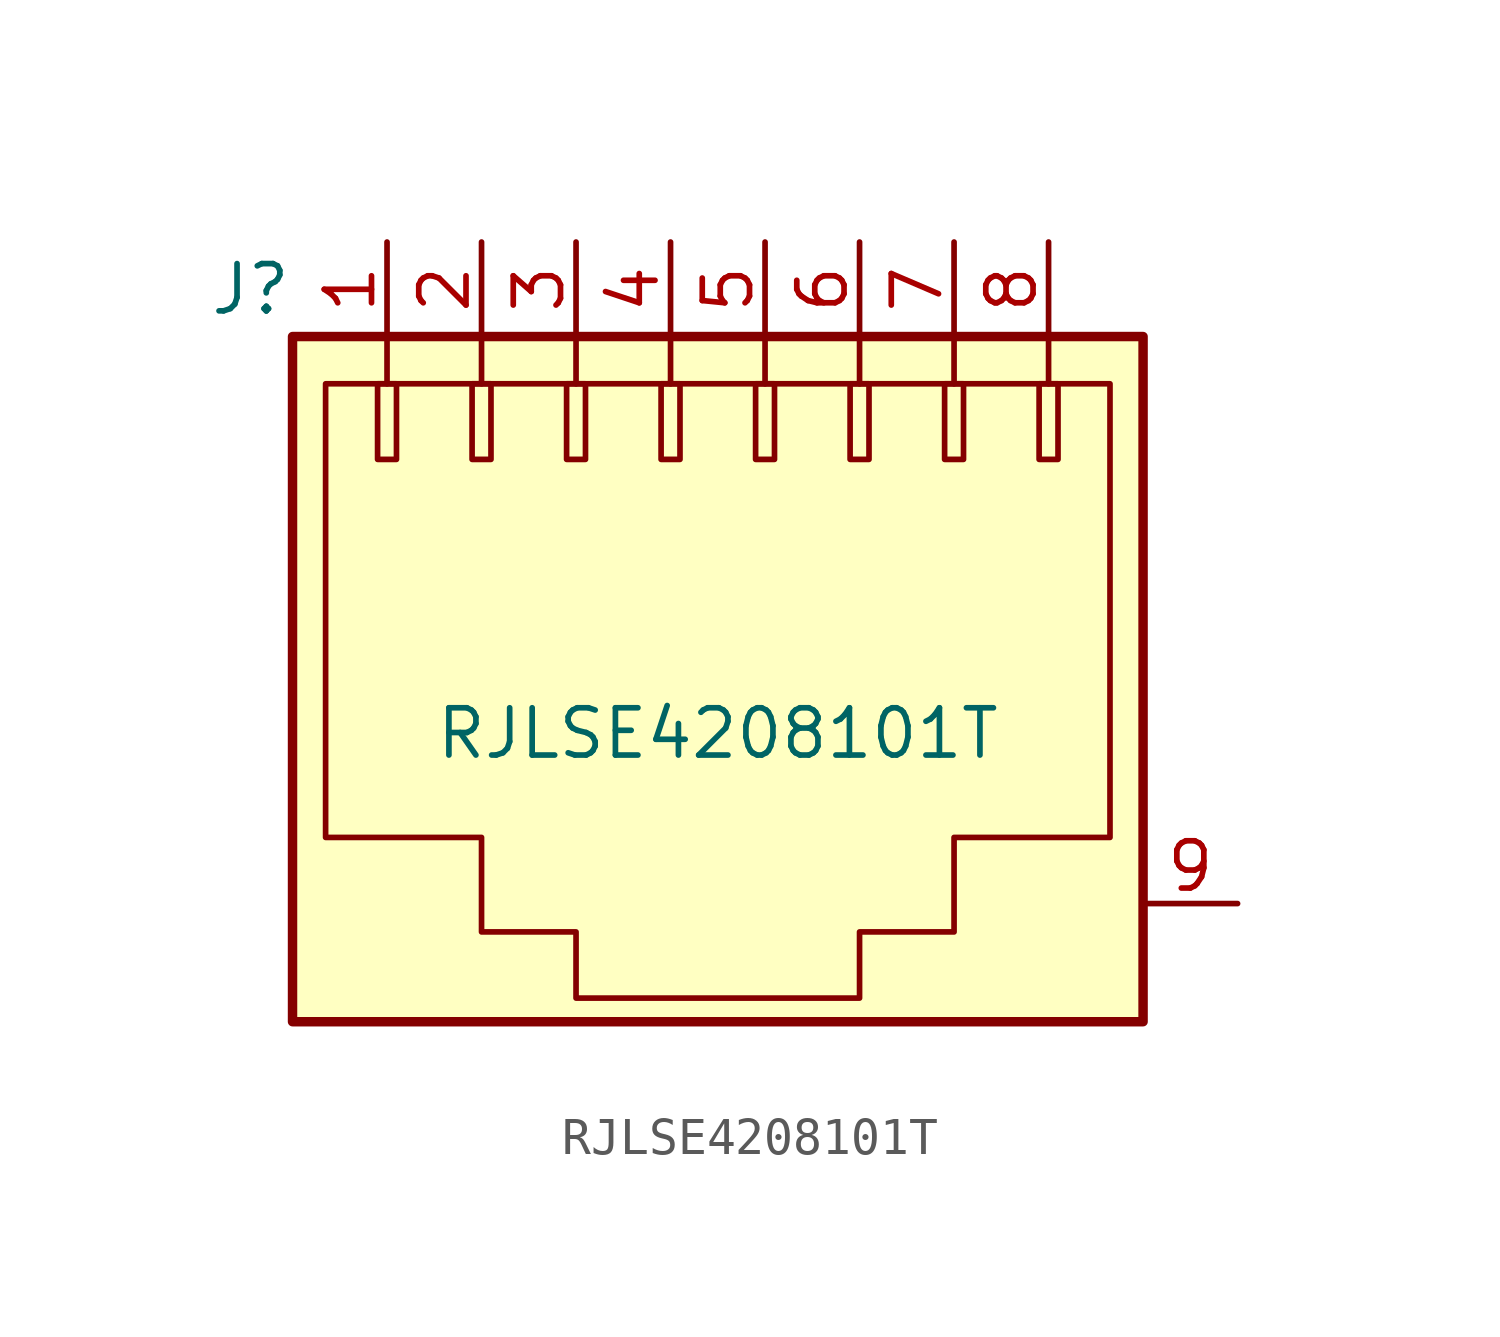
<source format=kicad_sym>
(kicad_symbol_lib
  (version 20220914)
  (generator kicad_symbol_editor)
  (symbol "RJLSE4208101T"
    (pin_names
      (offset 1.016))
    (property "Reference" "J"
      (at -10.16 8.89 0)
      (effects (font (size 1.27 1.27)) (justify right)))
    (property "Value" "RJLSE4208101T"
      (at 1.27 -3.048 0)
      (effects (font (size 1.27 1.27))))
    (symbol "RJLSE4208101T_0_1"
      (rectangle (start -10.16 7.62) (end 12.7 -10.795) (stroke (width 0.254) (type solid)) (fill (type background)))
      (rectangle (start -7.874 6.35) (end -7.366 4.318) (stroke (width 0) (type solid)) (fill (type none)))
      (rectangle (start -5.334 6.35) (end -4.826 4.318) (stroke (width 0) (type solid)) (fill (type none)))
      (rectangle (start -2.794 6.35) (end -2.286 4.318) (stroke (width 0) (type solid)) (fill (type none)))
      (rectangle (start -0.254 6.35) (end 0.254 4.318) (stroke (width 0) (type solid)) (fill (type none)))
      (polyline (pts (xy -7.62 7.62) (xy -7.62 6.35)) (stroke (width 0) (type solid)) (fill (type none)))
      (polyline (pts (xy -5.08 7.62) (xy -5.08 6.35)) (stroke (width 0) (type solid)) (fill (type none)))
      (polyline (pts (xy -2.54 7.62) (xy -2.54 6.35)) (stroke (width 0) (type solid)) (fill (type none)))
      (polyline (pts (xy 0 7.62) (xy 0 6.35)) (stroke (width 0) (type solid)) (fill (type none)))
      (polyline (pts (xy 2.54 7.62) (xy 2.54 6.35)) (stroke (width 0) (type solid)) (fill (type none)))
      (polyline (pts (xy 5.08 7.62) (xy 5.08 6.35)) (stroke (width 0) (type solid)) (fill (type none)))
      (polyline (pts (xy 7.62 7.62) (xy 7.62 6.35)) (stroke (width 0) (type solid)) (fill (type none)))
      (polyline (pts (xy 10.16 7.62) (xy 10.16 6.35)) (stroke (width 0) (type solid)) (fill (type none)))
      (polyline (pts (xy -9.271 6.35) (xy 11.811 6.35) (xy 11.811 -5.842) (xy 7.62 -5.842) (xy 7.62 -8.382) (xy 5.08 -8.382) (xy 5.08 -10.16) (xy -2.54 -10.16) (xy -2.54 -8.382) (xy -5.08 -8.382) (xy -5.08 -5.842) (xy -9.271 -5.842) (xy -9.271 6.35)) (stroke (width 0) (type solid)) (fill (type none)))
      (rectangle (start 2.286 6.35) (end 2.794 4.318) (stroke (width 0) (type solid)) (fill (type none)))
      (rectangle (start 4.826 6.35) (end 5.334 4.318) (stroke (width 0) (type solid)) (fill (type none)))
      (rectangle (start 7.366 6.35) (end 7.874 4.318) (stroke (width 0) (type solid)) (fill (type none)))
      (rectangle (start 9.906 6.35) (end 10.414 4.318) (stroke (width 0) (type solid)) (fill (type none))))
    (symbol "RJLSE4208101T_1_1"
      (pin passive line (at -7.62 10.16 270) (length 2.54) (name "~" (effects (font (size 1.27 1.27)))) (number "1" (effects (font (size 1.27 1.27)))))
      (pin passive line (at -5.08 10.16 270) (length 2.54) (name "~" (effects (font (size 1.27 1.27)))) (number "2" (effects (font (size 1.27 1.27)))))
      (pin passive line (at -2.54 10.16 270) (length 2.54) (name "~" (effects (font (size 1.27 1.27)))) (number "3" (effects (font (size 1.27 1.27)))))
      (pin passive line (at 0 10.16 270) (length 2.54) (name "~" (effects (font (size 1.27 1.27)))) (number "4" (effects (font (size 1.27 1.27)))))
      (pin passive line (at 2.54 10.16 270) (length 2.54) (name "~" (effects (font (size 1.27 1.27)))) (number "5" (effects (font (size 1.27 1.27)))))
      (pin passive line (at 5.08 10.16 270) (length 2.54) (name "~" (effects (font (size 1.27 1.27)))) (number "6" (effects (font (size 1.27 1.27)))))
      (pin passive line (at 7.62 10.16 270) (length 2.54) (name "~" (effects (font (size 1.27 1.27)))) (number "7" (effects (font (size 1.27 1.27)))))
      (pin passive line (at 10.16 10.16 270) (length 2.54) (name "~" (effects (font (size 1.27 1.27)))) (number "8" (effects (font (size 1.27 1.27)))))
      (pin unspecified line (at 15.24 -7.62 180) (length 2.54) (name "~" (effects (font (size 1.27 1.27)))) (number "9" (effects (font (size 1.27 1.27))))))))
</source>
